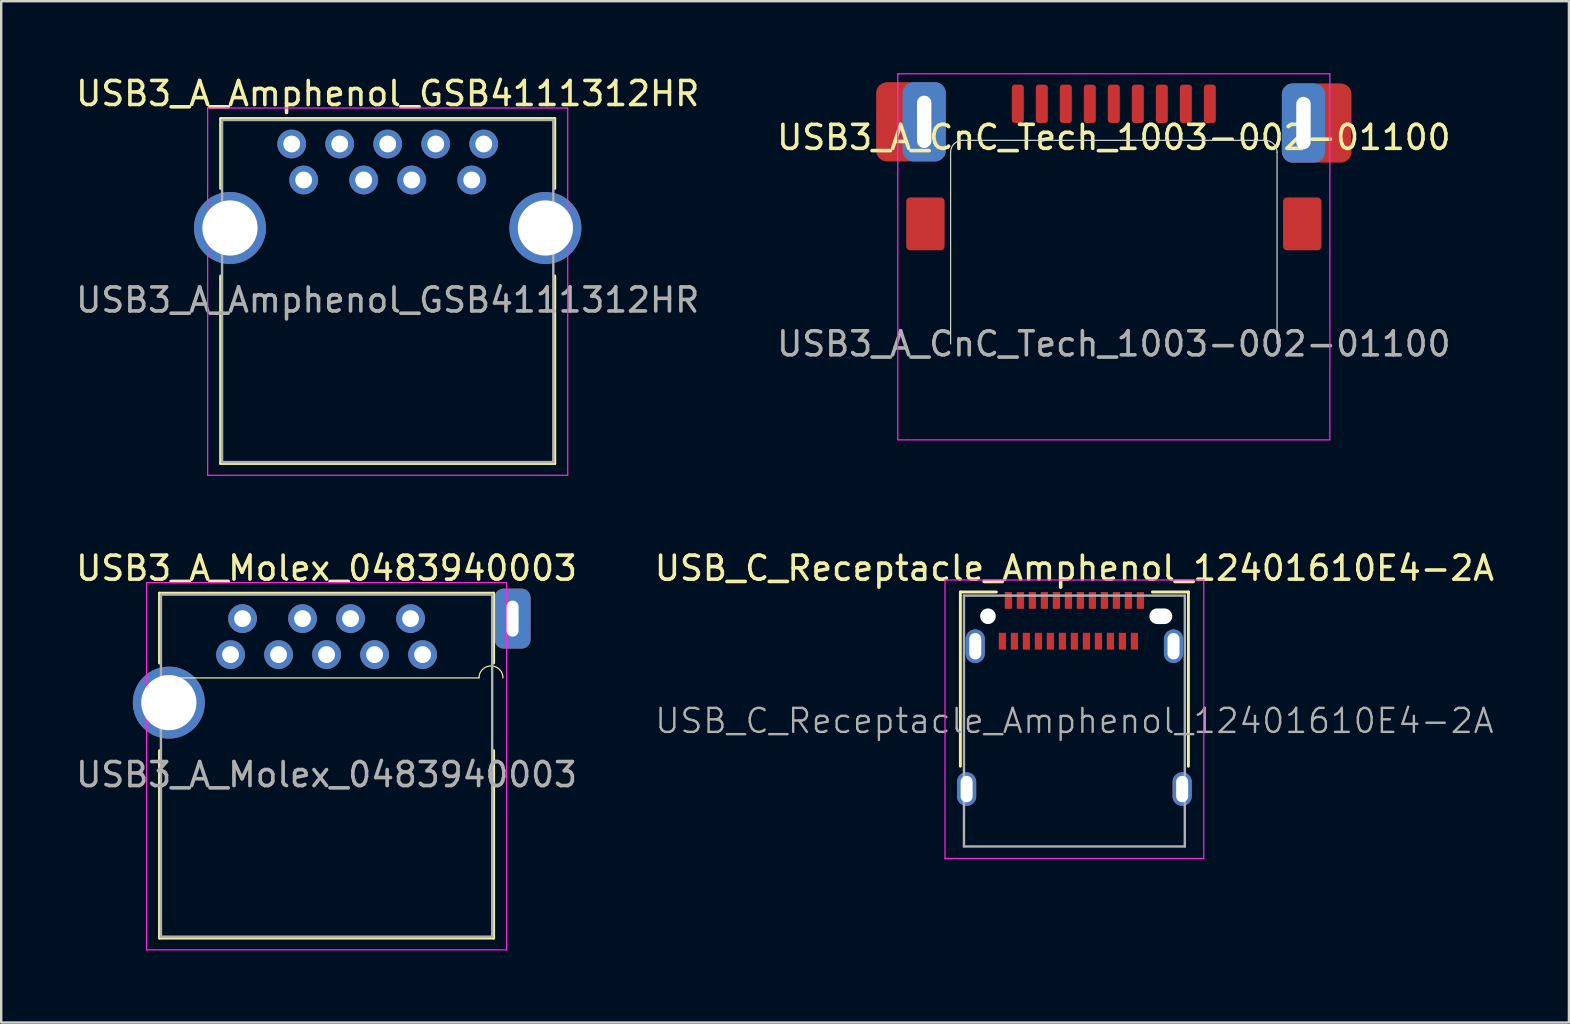
<source format=kicad_pcb>
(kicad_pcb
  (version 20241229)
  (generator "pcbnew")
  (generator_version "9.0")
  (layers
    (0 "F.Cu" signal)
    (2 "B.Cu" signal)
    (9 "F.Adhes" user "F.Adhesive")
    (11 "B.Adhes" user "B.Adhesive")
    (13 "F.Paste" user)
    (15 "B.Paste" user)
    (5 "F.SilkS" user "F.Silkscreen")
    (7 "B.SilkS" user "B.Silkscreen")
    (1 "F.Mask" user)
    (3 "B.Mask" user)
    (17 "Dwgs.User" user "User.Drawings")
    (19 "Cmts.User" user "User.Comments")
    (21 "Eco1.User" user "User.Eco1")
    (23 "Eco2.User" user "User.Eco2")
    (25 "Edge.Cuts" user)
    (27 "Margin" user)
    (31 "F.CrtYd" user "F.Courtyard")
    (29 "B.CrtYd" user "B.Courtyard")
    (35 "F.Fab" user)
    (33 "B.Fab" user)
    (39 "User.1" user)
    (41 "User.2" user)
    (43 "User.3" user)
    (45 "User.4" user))
  (footprint "USB_C_Receptacle_Amphenol_12401610E4-2A"
    (layer "F.Cu")
    (at 41.708 26.982)
    (property "Reference" "USB_C_Receptacle_Amphenol_12401610E4-2A" (at 0 -6.36 0) (layer "F.SilkS") (effects (font (size 1 1) (thickness 0.15))))
    (attr smd)
    (fp_line (start -4.75 -5.37) (end -4.75 1.89) (stroke (width 0.12) (type solid)) (layer "F.SilkS"))
    (fp_line (start -4.75 -5.37) (end -3.25 -5.37) (stroke (width 0.12) (type solid)) (layer "F.SilkS"))
    (fp_line (start 3.25 -5.37) (end 4.75 -5.37) (stroke (width 0.12) (type solid)) (layer "F.SilkS"))
    (fp_line (start 4.75 -5.37) (end 4.75 1.89) (stroke (width 0.12) (type solid)) (layer "F.SilkS"))
    (fp_line (start -5.39 -5.87) (end 5.39 -5.87) (stroke (width 0.05) (type solid)) (layer "F.CrtYd"))
    (fp_line (start -5.39 5.73) (end -5.39 -5.87) (stroke (width 0.05) (type solid)) (layer "F.CrtYd"))
    (fp_line (start 5.39 -5.87) (end 5.39 5.73) (stroke (width 0.05) (type solid)) (layer "F.CrtYd"))
    (fp_line (start 5.39 5.73) (end -5.39 5.73) (stroke (width 0.05) (type solid)) (layer "F.CrtYd"))
    (fp_line (start -4.6 -5.22) (end 4.6 -5.22) (stroke (width 0.1) (type solid)) (layer "F.Fab"))
    (fp_line (start -4.6 5.23) (end -4.6 -5.22) (stroke (width 0.1) (type solid)) (layer "F.Fab"))
    (fp_line (start -4.6 5.23) (end 4.6 5.23) (stroke (width 0.1) (type solid)) (layer "F.Fab"))
    (fp_line (start 4.6 5.23) (end 4.6 -5.22) (stroke (width 0.1) (type solid)) (layer "F.Fab"))
    (fp_text user "${REFERENCE}" (at 0 0 0) (layer "F.Fab") (effects (font (size 1 1) (thickness 0.1))))
    (pad "" np_thru_hole circle (at -3.6 -4.36) (size 0.65 0.65) (drill 0.65) (layers "*.Cu" "*.Mask"))
    (pad "" np_thru_hole oval (at 3.6 -4.36) (size 0.95 0.65) (drill oval 0.95 0.65) (layers "*.Cu" "*.Mask"))
    (pad "A1" smd rect (at -2.75 -5.02) (size 0.3 0.7) (layers "F.Cu" "F.Mask" "F.Paste"))
    (pad "A2" smd rect (at -2.25 -5.02) (size 0.3 0.7) (layers "F.Cu" "F.Mask" "F.Paste"))
    (pad "A3" smd rect (at -1.75 -5.02) (size 0.3 0.7) (layers "F.Cu" "F.Mask" "F.Paste"))
    (pad "A4" smd rect (at -1.25 -5.02) (size 0.3 0.7) (layers "F.Cu" "F.Mask" "F.Paste"))
    (pad "A5" smd rect (at -0.75 -5.02) (size 0.3 0.7) (layers "F.Cu" "F.Mask" "F.Paste"))
    (pad "A6" smd rect (at -0.25 -5.02) (size 0.3 0.7) (layers "F.Cu" "F.Mask" "F.Paste"))
    (pad "A7" smd rect (at 0.25 -5.02) (size 0.3 0.7) (layers "F.Cu" "F.Mask" "F.Paste"))
    (pad "A8" smd rect (at 0.75 -5.02) (size 0.3 0.7) (layers "F.Cu" "F.Mask" "F.Paste"))
    (pad "A9" smd rect (at 1.25 -5.02) (size 0.3 0.7) (layers "F.Cu" "F.Mask" "F.Paste"))
    (pad "A10" smd rect (at 1.75 -5.02) (size 0.3 0.7) (layers "F.Cu" "F.Mask" "F.Paste"))
    (pad "A11" smd rect (at 2.25 -5.02) (size 0.3 0.7) (layers "F.Cu" "F.Mask" "F.Paste"))
    (pad "A12" smd rect (at 2.75 -5.02) (size 0.3 0.7) (layers "F.Cu" "F.Mask" "F.Paste"))
    (pad "B1" smd rect (at 2.5 -3.32) (size 0.3 0.7) (layers "F.Cu" "F.Mask" "F.Paste"))
    (pad "B2" smd rect (at 2 -3.32) (size 0.3 0.7) (layers "F.Cu" "F.Mask" "F.Paste"))
    (pad "B3" smd rect (at 1.5 -3.32) (size 0.3 0.7) (layers "F.Cu" "F.Mask" "F.Paste"))
    (pad "B4" smd rect (at 1 -3.32) (size 0.3 0.7) (layers "F.Cu" "F.Mask" "F.Paste"))
    (pad "B5" smd rect (at 0.5 -3.32) (size 0.3 0.7) (layers "F.Cu" "F.Mask" "F.Paste"))
    (pad "B6" smd rect (at 0 -3.32) (size 0.3 0.7) (layers "F.Cu" "F.Mask" "F.Paste"))
    (pad "B7" smd rect (at -0.5 -3.32) (size 0.3 0.7) (layers "F.Cu" "F.Mask" "F.Paste"))
    (pad "B8" smd rect (at -1 -3.32) (size 0.3 0.7) (layers "F.Cu" "F.Mask" "F.Paste"))
    (pad "B9" smd rect (at -1.5 -3.32) (size 0.3 0.7) (layers "F.Cu" "F.Mask" "F.Paste"))
    (pad "B10" smd rect (at -2 -3.32) (size 0.3 0.7) (layers "F.Cu" "F.Mask" "F.Paste"))
    (pad "B11" smd rect (at -2.5 -3.32) (size 0.3 0.7) (layers "F.Cu" "F.Mask" "F.Paste"))
    (pad "B12" smd rect (at -3 -3.32) (size 0.3 0.7) (layers "F.Cu" "F.Mask" "F.Paste"))
    (pad "S1" thru_hole oval (at -4.49 2.84) (size 0.8 1.4) (drill oval 0.5 1.1) (layers "*.Cu" "*.Mask" "F.Paste"))
    (pad "S1" thru_hole oval (at -4.13 -3.11) (size 0.8 1.4) (drill oval 0.5 1.1) (layers "*.Cu" "*.Mask" "F.Paste"))
    (pad "S1" thru_hole oval (at 4.13 -3.11) (size 0.8 1.4) (drill oval 0.5 1.1) (layers "*.Cu" "*.Mask" "F.Paste"))
    (pad "S1" thru_hole oval (at 4.49 2.84) (size 0.8 1.4) (drill oval 0.5 1.1) (layers "*.Cu" "*.Mask" "F.Paste")))
  (footprint "USB3_A_Molex_0483940003"
    (layer "F.Cu")
    (at 10.554 24.221)
    (property "Reference" "USB3_A_Molex_0483940003" (at 0 -3.6 180) (layer "F.SilkS") (effects (font (size 1 1) (thickness 0.15))))
    (attr through_hole)
    (fp_line (start -6.96 -2.56) (end -6.96 0.35) (stroke (width 0.12) (type solid)) (layer "F.SilkS"))
    (fp_line (start -6.96 -2.56) (end 6.96 -2.56) (stroke (width 0.12) (type solid)) (layer "F.SilkS"))
    (fp_line (start -6.96 11.81) (end -6.96 4) (stroke (width 0.12) (type solid)) (layer "F.SilkS"))
    (fp_line (start -6.96 11.81) (end 6.96 11.81) (stroke (width 0.12) (type solid)) (layer "F.SilkS"))
    (fp_line (start -6.35 0.97) (end 6.35 0.97) (stroke (width 0.05) (type solid)) (layer "F.SilkS"))
    (fp_line (start 6.96 -2.56) (end 6.96 0.35) (stroke (width 0.12) (type solid)) (layer "F.SilkS"))
    (fp_line (start 6.96 11.81) (end 6.96 4) (stroke (width 0.12) (type solid)) (layer "F.SilkS"))
    (fp_arc (start 6.35 0.97) (mid 6.85 0.47) (end 7.35 0.97) (stroke (width 0.05) (type solid)) (layer "F.SilkS"))
    (fp_line (start -7.5 -3) (end 7.5 -3) (stroke (width 0.05) (type solid)) (layer "F.CrtYd"))
    (fp_line (start -7.5 12.3) (end -7.5 -3) (stroke (width 0.05) (type solid)) (layer "F.CrtYd"))
    (fp_line (start 7.5 -3) (end 7.5 12.3) (stroke (width 0.05) (type solid)) (layer "F.CrtYd"))
    (fp_line (start 7.5 12.3) (end -7.5 12.3) (stroke (width 0.05) (type solid)) (layer "F.CrtYd"))
    (fp_line (start -6.9 -2.5) (end 6.9 -2.5) (stroke (width 0.1) (type solid)) (layer "F.Fab"))
    (fp_line (start -6.9 11.75) (end -6.9 -2.5) (stroke (width 0.1) (type solid)) (layer "F.Fab"))
    (fp_line (start 6.9 -2.5) (end 6.9 11.75) (stroke (width 0.1) (type solid)) (layer "F.Fab"))
    (fp_line (start 6.9 11.75) (end -6.9 11.75) (stroke (width 0.1) (type solid)) (layer "F.Fab"))
    (fp_text user "${REFERENCE}" (at 0 5 180) (layer "F.Fab") (effects (font (size 1 1) (thickness 0.15))))
    (pad "1" thru_hole circle (at 3.5 -1.5 180) (size 1.2 1.2) (drill 0.7) (layers "*.Cu" "*.Mask"))
    (pad "2" thru_hole circle (at 1 -1.5 180) (size 1.2 1.2) (drill 0.7) (layers "*.Cu" "*.Mask"))
    (pad "3" thru_hole circle (at -1 -1.5 180) (size 1.2 1.2) (drill 0.7) (layers "*.Cu" "*.Mask"))
    (pad "4" thru_hole circle (at -3.5 -1.5 180) (size 1.2 1.2) (drill 0.7) (layers "*.Cu" "*.Mask"))
    (pad "5" thru_hole circle (at -4 0 180) (size 1.2 1.2) (drill 0.7) (layers "*.Cu" "*.Mask"))
    (pad "6" thru_hole circle (at -2 0 180) (size 1.2 1.2) (drill 0.7) (layers "*.Cu" "*.Mask"))
    (pad "7" thru_hole circle (at 0 0 180) (size 1.2 1.2) (drill 0.7) (layers "*.Cu" "*.Mask"))
    (pad "8" thru_hole circle (at 2 0 180) (size 1.2 1.2) (drill 0.7) (layers "*.Cu" "*.Mask"))
    (pad "9" thru_hole circle (at 4 0 180) (size 1.2 1.2) (drill 0.7) (layers "*.Cu" "*.Mask"))
    (pad "10" thru_hole circle (at -6.57 2) (size 3 3) (drill 2.3) (layers "*.Cu" "*.Mask"))
    (pad "10" thru_hole roundrect (at 7.75 -1.5 180) (size 1.5 2.5) (drill oval 0.5 1.5) (layers "*.Cu" "*.Mask") (roundrect_rratio 0.25)))
  (footprint "USB3_A_CnC_Tech_1003-002-01100"
    (layer "F.Cu")
    (at 43.351 6.275)
    (property "Reference" "USB3_A_CnC_Tech_1003-002-01100" (at 0 -3.6 180) (layer "F.SilkS") (effects (font (size 1 1) (thickness 0.15))))
    (attr smd)
    (fp_line (start -6.8 -2.98) (end -6.8 5) (stroke (width 0.05) (type solid)) (layer "Edge.Cuts"))
    (fp_line (start 6.3 -3.48) (end -6.3 -3.48) (stroke (width 0.05) (type solid)) (layer "Edge.Cuts"))
    (fp_line (start 6.8 5) (end 6.8 -2.98) (stroke (width 0.05) (type solid)) (layer "Edge.Cuts"))
    (fp_arc (start -6.8 -2.98) (mid -6.653553 -3.333553) (end -6.3 -3.48) (stroke (width 0.05) (type solid)) (layer "Edge.Cuts"))
    (fp_arc (start 6.3 -3.48) (mid 6.653553 -3.333553) (end 6.8 -2.98) (stroke (width 0.05) (type solid)) (layer "Edge.Cuts"))
    (fp_line (start -9 -6.25) (end 9 -6.25) (stroke (width 0.05) (type solid)) (layer "F.CrtYd"))
    (fp_line (start -9 9) (end -9 -6.25) (stroke (width 0.05) (type solid)) (layer "F.CrtYd"))
    (fp_line (start 9 -6.25) (end 9 9) (stroke (width 0.05) (type solid)) (layer "F.CrtYd"))
    (fp_line (start 9 9) (end -9 9) (stroke (width 0.05) (type solid)) (layer "F.CrtYd"))
    (fp_text user "${REFERENCE}" (at 0 5 180) (layer "F.Fab") (effects (font (size 1 1) (thickness 0.15))))
    (pad "1" smd roundrect (at -3 -5) (size 0.5 1.6) (layers "F.Cu" "F.Mask" "F.Paste") (roundrect_rratio 0.25))
    (pad "2" smd roundrect (at -1 -5) (size 0.5 1.6) (layers "F.Cu" "F.Mask" "F.Paste") (roundrect_rratio 0.25))
    (pad "3" smd roundrect (at 1 -5) (size 0.5 1.6) (layers "F.Cu" "F.Mask" "F.Paste") (roundrect_rratio 0.25))
    (pad "4" smd roundrect (at 3 -5) (size 0.5 1.6) (layers "F.Cu" "F.Mask" "F.Paste") (roundrect_rratio 0.25))
    (pad "5" smd roundrect (at 4 -5) (size 0.5 1.6) (layers "F.Cu" "F.Mask" "F.Paste") (roundrect_rratio 0.25))
    (pad "6" smd roundrect (at 2 -5) (size 0.5 1.6) (layers "F.Cu" "F.Mask" "F.Paste") (roundrect_rratio 0.25))
    (pad "7" smd roundrect (at 0 -5) (size 0.5 1.6) (layers "F.Cu" "F.Mask" "F.Paste") (roundrect_rratio 0.25))
    (pad "8" smd roundrect (at -2 -5) (size 0.5 1.6) (layers "F.Cu" "F.Mask" "F.Paste") (roundrect_rratio 0.25))
    (pad "9" smd roundrect (at -4 -5) (size 0.5 1.6) (layers "F.Cu" "F.Mask" "F.Paste") (roundrect_rratio 0.25))
    (pad "10" smd roundrect (at -9 -4.25) (size 1.8 3.3) (layers "F.Cu" "F.Mask" "F.Paste") (roundrect_rratio 0.25))
    (pad "10" thru_hole roundrect (at -7.9 -4.25 180) (size 1.8 3.3) (drill oval 0.6 2.18) (layers "*.Cu" "*.Mask" "F.Paste") (roundrect_rratio 0.25))
    (pad "10" smd roundrect (at -7.85 0) (size 1.6 2.2) (layers "F.Cu" "F.Mask" "F.Paste") (roundrect_rratio 0.1))
    (pad "10" smd roundrect (at 7.85 0) (size 1.6 2.2) (layers "F.Cu" "F.Mask" "F.Paste") (roundrect_rratio 0.1))
    (pad "10" thru_hole roundrect (at 7.9 -4.2 180) (size 1.8 3.3) (drill oval 0.6 2.18) (layers "*.Cu" "*.Mask" "F.Paste") (roundrect_rratio 0.25))
    (pad "10" smd roundrect (at 9 -4.2) (size 1.8 3.3) (layers "F.Cu" "F.Mask" "F.Paste") (roundrect_rratio 0.25)))
  (footprint "USB3_A_Amphenol_GSB4111312HR"
    (layer "F.Cu")
    (at 13.101 4.448)
    (property "Reference" "USB3_A_Amphenol_GSB4111312HR" (at 0 -3.6 180) (layer "F.SilkS") (effects (font (size 1 1) (thickness 0.15))))
    (attr through_hole)
    (fp_line (start -6.96 -2.56) (end -6.96 0.35) (stroke (width 0.12) (type solid)) (layer "F.SilkS"))
    (fp_line (start -6.96 -2.56) (end 6.96 -2.56) (stroke (width 0.12) (type solid)) (layer "F.SilkS"))
    (fp_line (start -6.96 11.81) (end -6.96 4) (stroke (width 0.12) (type solid)) (layer "F.SilkS"))
    (fp_line (start -6.96 11.81) (end 6.96 11.81) (stroke (width 0.12) (type solid)) (layer "F.SilkS"))
    (fp_line (start 6.96 -2.56) (end 6.96 0.35) (stroke (width 0.12) (type solid)) (layer "F.SilkS"))
    (fp_line (start 6.96 11.81) (end 6.96 4) (stroke (width 0.12) (type solid)) (layer "F.SilkS"))
    (fp_line (start -7.5 -3) (end 7.5 -3) (stroke (width 0.05) (type solid)) (layer "F.CrtYd"))
    (fp_line (start -7.5 12.3) (end -7.5 -3) (stroke (width 0.05) (type solid)) (layer "F.CrtYd"))
    (fp_line (start 7.5 -3) (end 7.5 12.3) (stroke (width 0.05) (type solid)) (layer "F.CrtYd"))
    (fp_line (start 7.5 12.3) (end -7.5 12.3) (stroke (width 0.05) (type solid)) (layer "F.CrtYd"))
    (fp_line (start -6.9 -2.5) (end 6.9 -2.5) (stroke (width 0.1) (type solid)) (layer "F.Fab"))
    (fp_line (start -6.9 11.75) (end -6.9 -2.5) (stroke (width 0.1) (type solid)) (layer "F.Fab"))
    (fp_line (start 6.9 -2.5) (end 6.9 11.75) (stroke (width 0.1) (type solid)) (layer "F.Fab"))
    (fp_line (start 6.9 11.75) (end -6.9 11.75) (stroke (width 0.1) (type solid)) (layer "F.Fab"))
    (fp_text user "${REFERENCE}" (at 0 5 180) (layer "F.Fab") (effects (font (size 1 1) (thickness 0.15))))
    (pad "1" thru_hole circle (at -3.5 0) (size 1.2 1.2) (drill 0.7) (layers "*.Cu" "*.Mask"))
    (pad "2" thru_hole circle (at -1 0) (size 1.2 1.2) (drill 0.7) (layers "*.Cu" "*.Mask"))
    (pad "3" thru_hole circle (at 1 0) (size 1.2 1.2) (drill 0.7) (layers "*.Cu" "*.Mask"))
    (pad "4" thru_hole circle (at 3.5 0) (size 1.2 1.2) (drill 0.7) (layers "*.Cu" "*.Mask"))
    (pad "5" thru_hole circle (at 4 -1.5) (size 1.2 1.2) (drill 0.7) (layers "*.Cu" "*.Mask"))
    (pad "6" thru_hole circle (at 2 -1.5) (size 1.2 1.2) (drill 0.7) (layers "*.Cu" "*.Mask"))
    (pad "7" thru_hole circle (at 0 -1.5) (size 1.2 1.2) (drill 0.7) (layers "*.Cu" "*.Mask"))
    (pad "8" thru_hole circle (at -2 -1.5) (size 1.2 1.2) (drill 0.7) (layers "*.Cu" "*.Mask"))
    (pad "9" thru_hole circle (at -4 -1.5) (size 1.2 1.2) (drill 0.7) (layers "*.Cu" "*.Mask"))
    (pad "10" thru_hole circle (at -6.57 2) (size 3 3) (drill 2.3) (layers "*.Cu" "*.Mask"))
    (pad "10" thru_hole circle (at 6.57 2) (size 3 3) (drill 2.3) (layers "*.Cu" "*.Mask")))
  (gr_rect
    (start -3 -3)
    (end 62.31 39.547)
    (stroke (width 0.1) (type default))
    (fill no)
    (layer "Edge.Cuts")))
</source>
